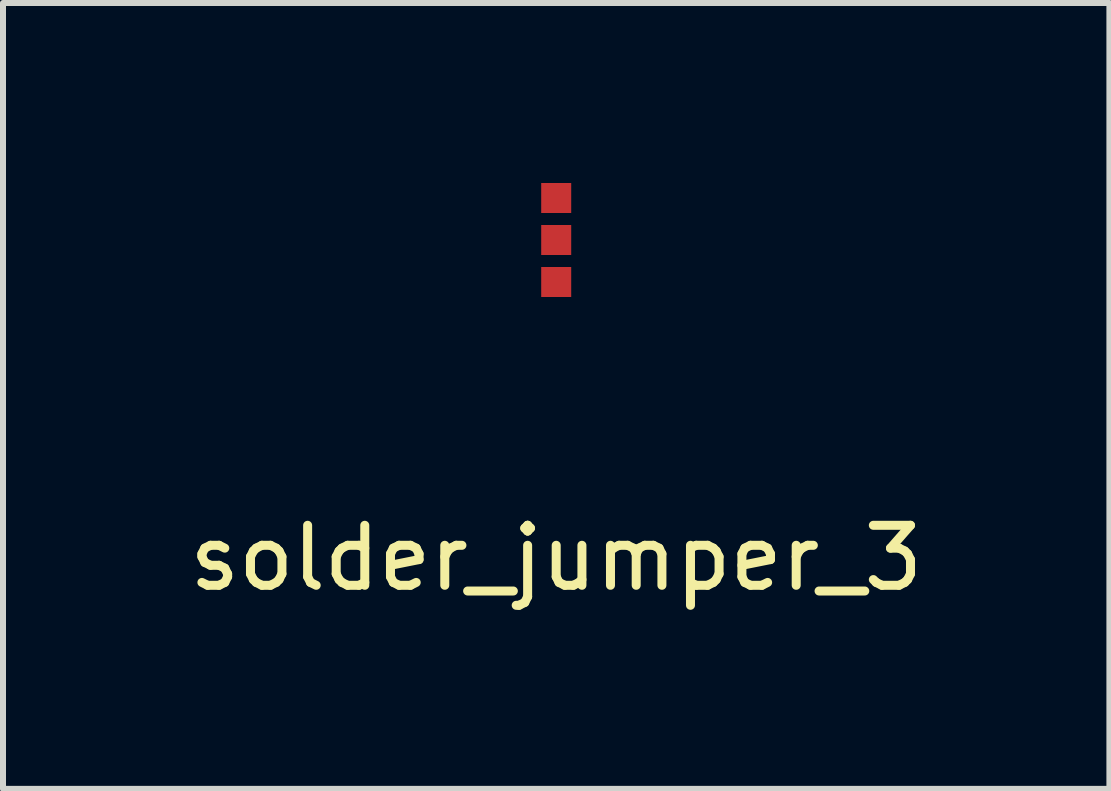
<source format=kicad_pcb>
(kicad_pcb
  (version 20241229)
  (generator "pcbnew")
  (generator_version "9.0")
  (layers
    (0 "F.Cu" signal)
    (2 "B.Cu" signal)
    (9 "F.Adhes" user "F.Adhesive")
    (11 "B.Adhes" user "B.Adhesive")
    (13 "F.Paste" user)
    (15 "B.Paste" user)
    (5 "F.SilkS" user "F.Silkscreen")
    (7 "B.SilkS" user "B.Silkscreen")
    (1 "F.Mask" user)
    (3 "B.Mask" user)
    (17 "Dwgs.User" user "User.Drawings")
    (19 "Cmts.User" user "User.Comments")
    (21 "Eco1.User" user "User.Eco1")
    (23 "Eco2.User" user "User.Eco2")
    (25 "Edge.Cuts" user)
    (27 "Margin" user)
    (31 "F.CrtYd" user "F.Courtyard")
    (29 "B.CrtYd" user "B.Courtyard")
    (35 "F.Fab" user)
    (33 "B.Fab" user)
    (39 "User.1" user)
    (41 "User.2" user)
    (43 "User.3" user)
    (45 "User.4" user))
  (footprint "solder_jumper_3"
    (layer "F.Cu")
    (at 6.22 0.25)
    (property "Reference" "solder_jumper_3" (at 0 6 0) (layer "F.SilkS") (effects (font (size 1 1) (thickness 0.15))))
    (attr through_hole)
    (pad "1" smd rect (at 0 0) (size 0.5 0.5) (layers "F.Cu" "F.Mask"))
    (pad "2" smd rect (at 0 0.7) (size 0.5 0.5) (layers "F.Cu" "F.Mask"))
    (pad "3" smd rect (at 0 1.4) (size 0.5 0.5) (layers "F.Cu" "F.Mask")))
  (gr_rect
    (start -3 -3)
    (end 15.44 10.098)
    (stroke (width 0.1) (type default))
    (fill no)
    (layer "Edge.Cuts")))
</source>
